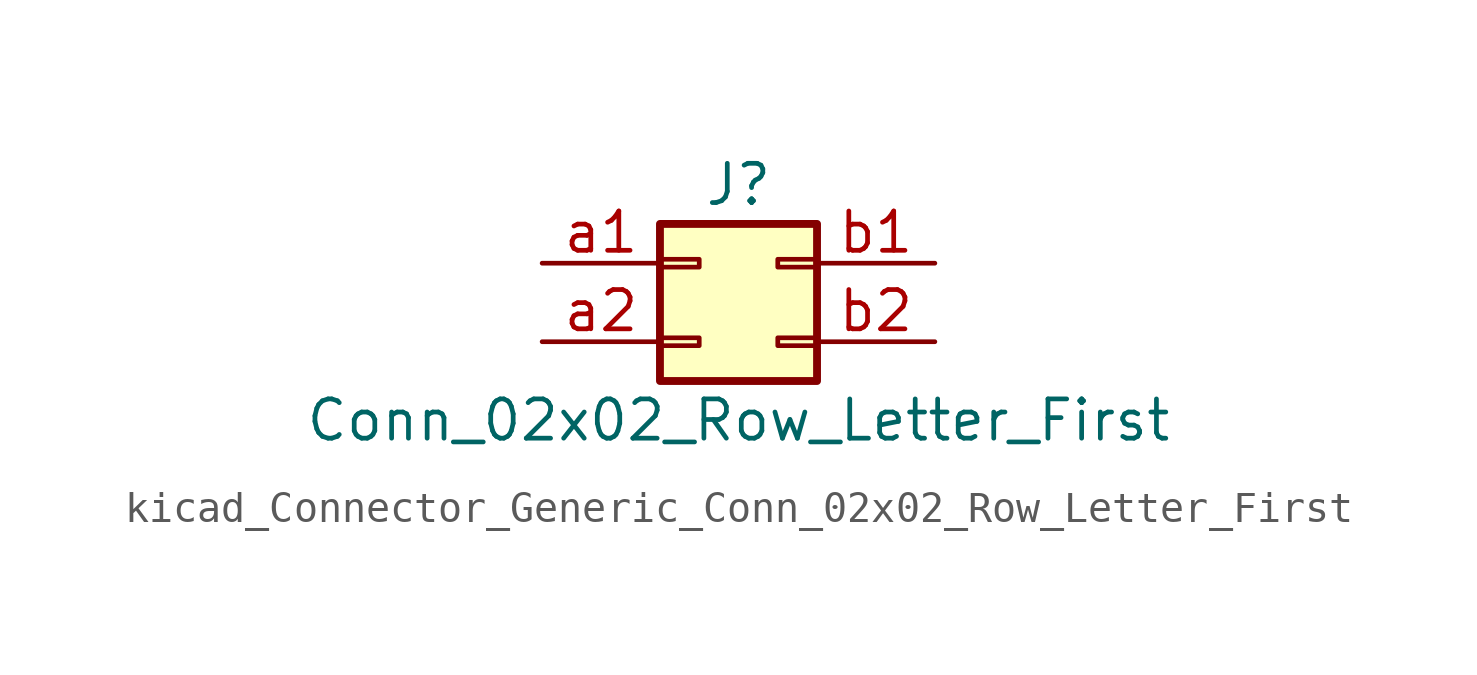
<source format=kicad_sym>
(kicad_symbol_lib
  (version 20220914)
  (generator kicad_symbol_editor)
  (symbol "kicad_Connector_Generic_Conn_02x02_Row_Letter_First"
    (pin_names
      (offset 1.016) hide)
    (property "Reference" "J"
      (at 1.27 2.54 0)
      (effects (font (size 1.27 1.27))))
    (property "Value" "Conn_02x02_Row_Letter_First"
      (at 1.27 -5.08 0)
      (effects (font (size 1.27 1.27))))
    (symbol "kicad_Connector_Generic_Conn_02x02_Row_Letter_First_1_1"
      (rectangle (start -1.27 -2.413) (end 0 -2.667) (stroke (width 0.152) (type default)) (fill (type none)))
      (rectangle (start -1.27 0.127) (end 0 -0.127) (stroke (width 0.152) (type default)) (fill (type none)))
      (rectangle (start -1.27 1.27) (end 3.81 -3.81) (stroke (width 0.254) (type default)) (fill (type background)))
      (rectangle (start 3.81 -2.413) (end 2.54 -2.667) (stroke (width 0.152) (type default)) (fill (type none)))
      (rectangle (start 3.81 0.127) (end 2.54 -0.127) (stroke (width 0.152) (type default)) (fill (type none)))
      (pin passive line (at -5.08 0 0) (length 3.81) (name "Pin_a1" (effects (font (size 1.27 1.27)))) (number "a1" (effects (font (size 1.27 1.27)))))
      (pin passive line (at -5.08 -2.54 0) (length 3.81) (name "Pin_a2" (effects (font (size 1.27 1.27)))) (number "a2" (effects (font (size 1.27 1.27)))))
      (pin passive line (at 7.62 0 180) (length 3.81) (name "Pin_b1" (effects (font (size 1.27 1.27)))) (number "b1" (effects (font (size 1.27 1.27)))))
      (pin passive line (at 7.62 -2.54 180) (length 3.81) (name "Pin_b2" (effects (font (size 1.27 1.27)))) (number "b2" (effects (font (size 1.27 1.27))))))))
</source>
